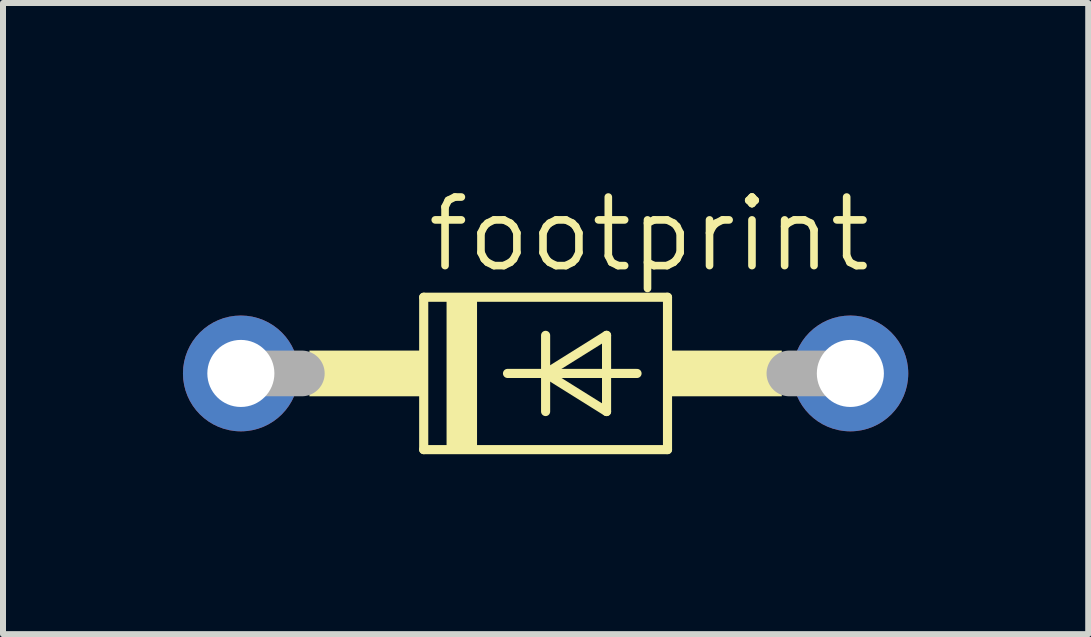
<source format=kicad_pcb>
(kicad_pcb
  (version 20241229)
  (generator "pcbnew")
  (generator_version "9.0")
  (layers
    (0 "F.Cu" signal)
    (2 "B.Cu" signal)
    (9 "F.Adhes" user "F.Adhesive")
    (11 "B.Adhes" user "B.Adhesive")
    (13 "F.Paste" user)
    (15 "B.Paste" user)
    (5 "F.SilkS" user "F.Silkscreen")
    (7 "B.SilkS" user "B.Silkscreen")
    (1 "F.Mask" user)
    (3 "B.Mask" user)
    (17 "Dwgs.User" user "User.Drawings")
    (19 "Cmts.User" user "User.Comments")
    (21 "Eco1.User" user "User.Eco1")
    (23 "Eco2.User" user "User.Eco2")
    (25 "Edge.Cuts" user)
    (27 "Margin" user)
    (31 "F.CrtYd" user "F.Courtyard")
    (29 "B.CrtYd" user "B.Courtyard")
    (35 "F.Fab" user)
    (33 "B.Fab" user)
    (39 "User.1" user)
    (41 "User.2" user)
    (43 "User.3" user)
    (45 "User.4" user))
  (footprint "footprint"
    (layer "F.Cu")
    (at 6.045 3.175)
    (property "Reference" "footprint" (at -2.032 -1.651 0) (layer "F.SilkS") (effects (font (size 1.143 1.143) (thickness 0.127)) (justify left bottom)))
    (fp_line (start -2.032 -1.27) (end -2.032 1.27) (stroke (width 0.152) (type solid)) (layer "F.SilkS"))
    (fp_line (start -2.032 -1.27) (end 2.032 -1.27) (stroke (width 0.152) (type solid)) (layer "F.SilkS"))
    (fp_line (start -0.635 0) (end 0 0) (stroke (width 0.152) (type solid)) (layer "F.SilkS"))
    (fp_line (start 0 -0.635) (end 0 0) (stroke (width 0.152) (type solid)) (layer "F.SilkS"))
    (fp_line (start 0 0) (end 0 0.635) (stroke (width 0.152) (type solid)) (layer "F.SilkS"))
    (fp_line (start 0 0) (end 1.016 -0.635) (stroke (width 0.152) (type solid)) (layer "F.SilkS"))
    (fp_line (start 0 0) (end 1.524 0) (stroke (width 0.152) (type solid)) (layer "F.SilkS"))
    (fp_line (start 1.016 -0.635) (end 1.016 0.635) (stroke (width 0.152) (type solid)) (layer "F.SilkS"))
    (fp_line (start 1.016 0.635) (end 0 0) (stroke (width 0.152) (type solid)) (layer "F.SilkS"))
    (fp_line (start 2.032 1.27) (end -2.032 1.27) (stroke (width 0.152) (type solid)) (layer "F.SilkS"))
    (fp_line (start 2.032 1.27) (end 2.032 -1.27) (stroke (width 0.152) (type solid)) (layer "F.SilkS"))
    (fp_poly (pts (xy -3.937 0.381) (xy -2.032 0.381) (xy -2.032 -0.381) (xy -3.937 -0.381)) (stroke (width 0) (type solid)) (fill yes) (layer "F.SilkS"))
    (fp_poly (pts (xy -1.651 1.27) (xy -1.143 1.27) (xy -1.143 -1.27) (xy -1.651 -1.27)) (stroke (width 0) (type solid)) (fill yes) (layer "F.SilkS"))
    (fp_poly (pts (xy 2.032 0.381) (xy 3.937 0.381) (xy 3.937 -0.381) (xy 2.032 -0.381)) (stroke (width 0) (type solid)) (fill yes) (layer "F.SilkS"))
    (fp_line (start -5.08 0) (end -4.064 0) (stroke (width 0.762) (type solid)) (layer "F.Fab"))
    (fp_line (start 5.08 0) (end 4.064 0) (stroke (width 0.762) (type solid)) (layer "F.Fab"))
    (pad "A" thru_hole circle (at 5.08 0) (size 1.93 1.93) (drill 1.118) (layers "*.Cu" "*.Mask"))
    (pad "C" thru_hole circle (at -5.08 0) (size 1.93 1.93) (drill 1.118) (layers "*.Cu" "*.Mask")))
  (gr_rect
    (start -3 -3)
    (end 15.09 7.521)
    (stroke (width 0.1) (type default))
    (fill no)
    (layer "Edge.Cuts")))
</source>
